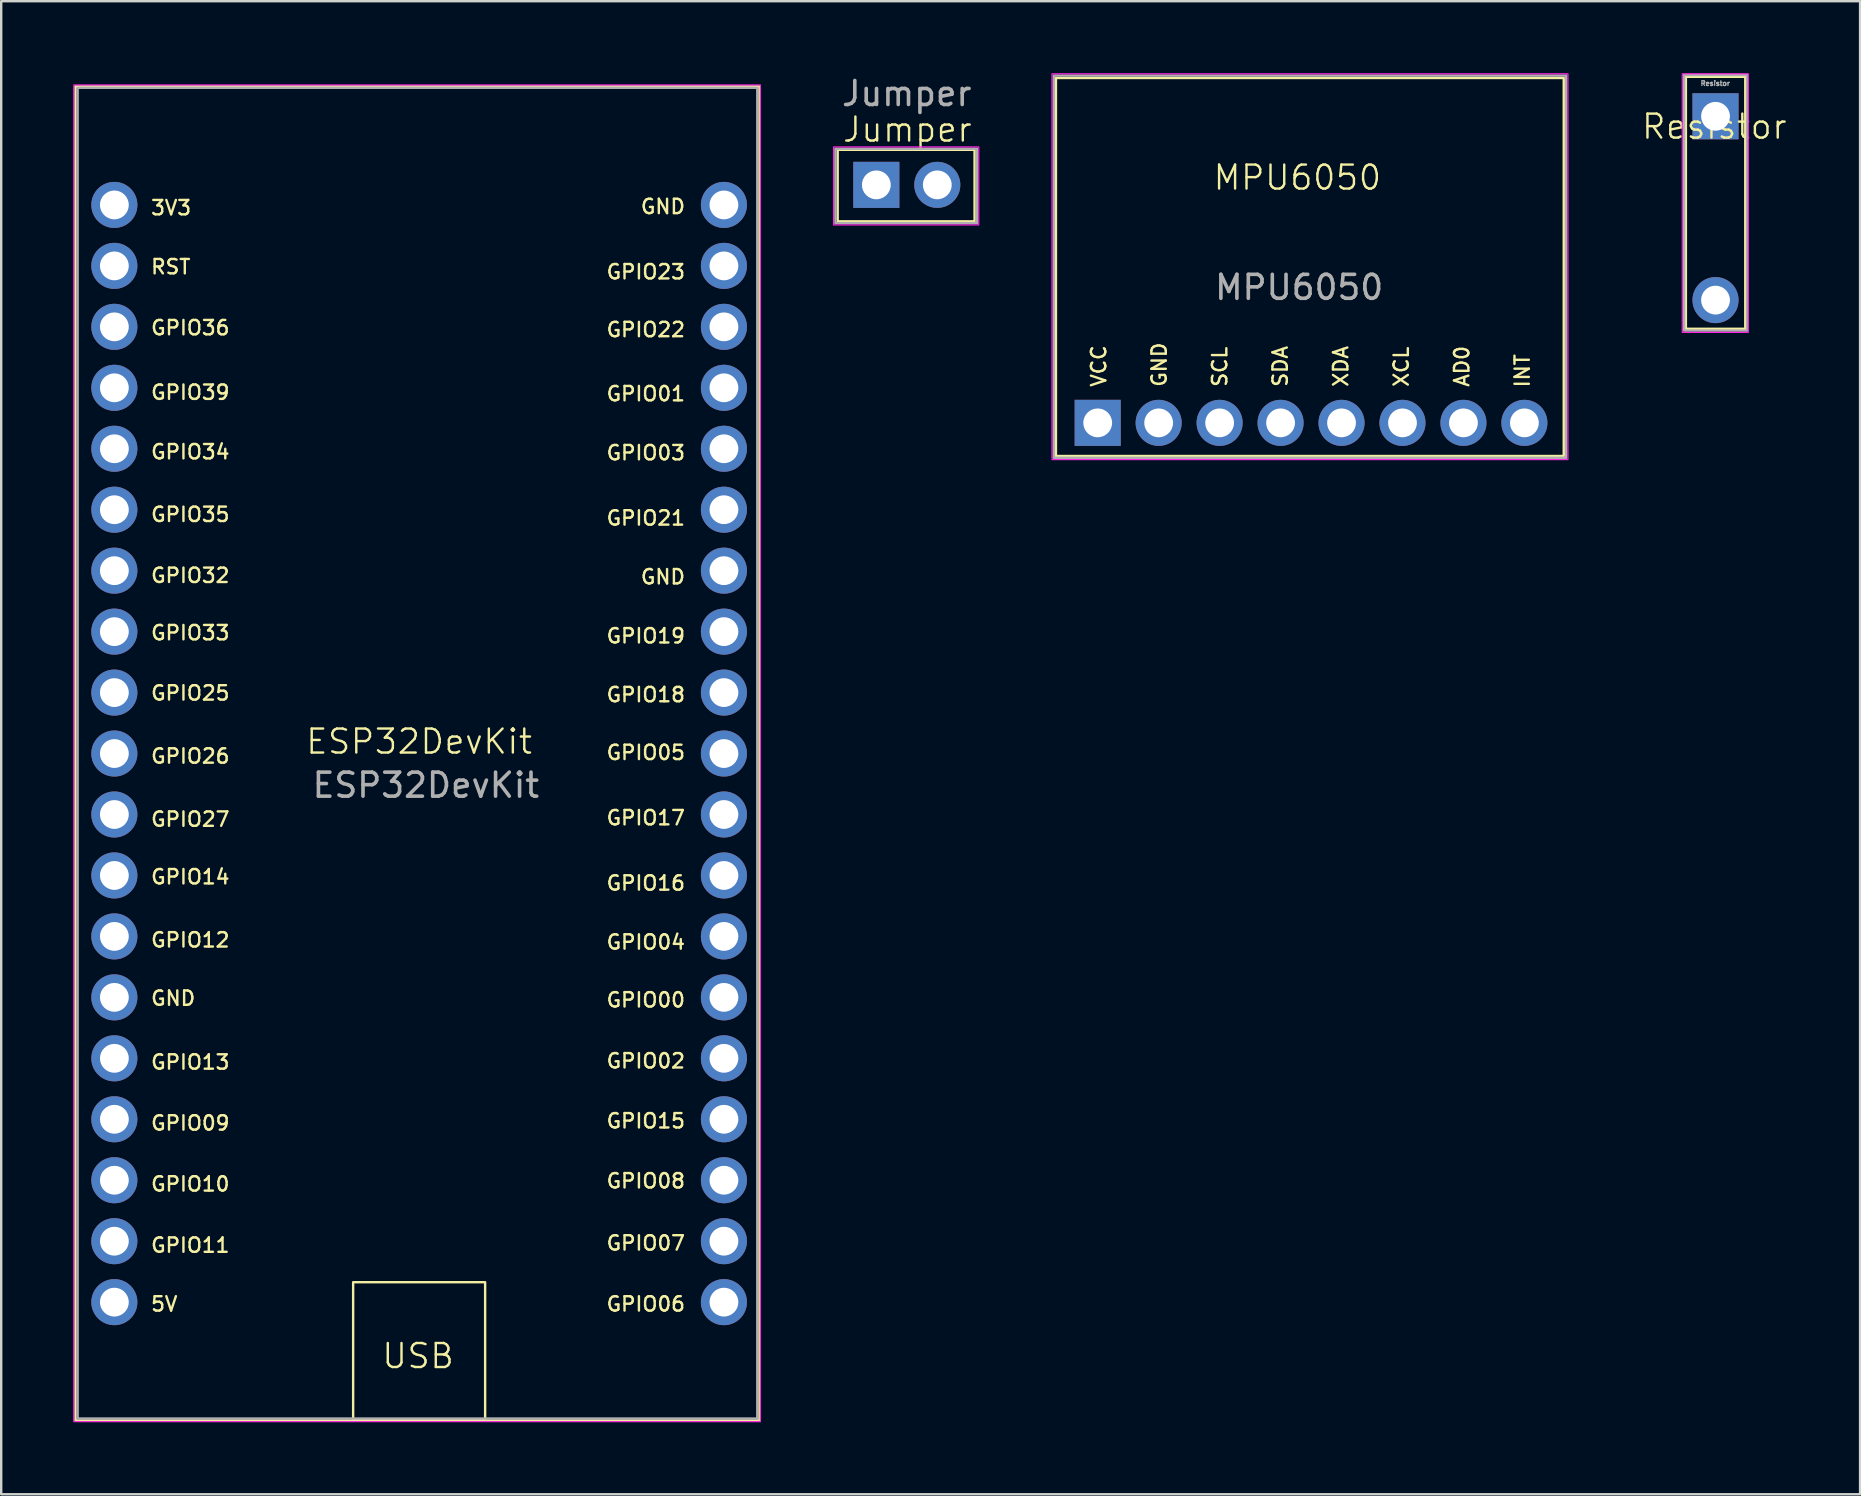
<source format=kicad_pcb>
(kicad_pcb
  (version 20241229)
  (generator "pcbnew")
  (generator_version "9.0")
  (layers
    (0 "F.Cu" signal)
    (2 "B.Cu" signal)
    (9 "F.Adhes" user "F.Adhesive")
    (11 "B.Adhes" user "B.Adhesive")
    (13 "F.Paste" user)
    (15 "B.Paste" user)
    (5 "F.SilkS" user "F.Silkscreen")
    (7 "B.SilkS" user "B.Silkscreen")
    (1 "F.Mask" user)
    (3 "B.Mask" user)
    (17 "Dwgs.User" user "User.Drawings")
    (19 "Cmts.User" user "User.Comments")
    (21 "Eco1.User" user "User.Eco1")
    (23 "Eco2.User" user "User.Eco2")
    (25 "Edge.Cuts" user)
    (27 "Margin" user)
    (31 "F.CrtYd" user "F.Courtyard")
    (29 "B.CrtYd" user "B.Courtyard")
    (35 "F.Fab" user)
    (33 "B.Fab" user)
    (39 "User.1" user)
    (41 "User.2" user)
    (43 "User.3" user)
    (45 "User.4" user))
  (footprint "ESP32DevKit"
    (layer "F.Cu")
    (at 14.415 28.349)
    (property "Reference" "ESP32DevKit" (at 0 -0.5 0) (unlocked yes) (layer "F.SilkS") (effects (font (size 1 1) (thickness 0.1))))
    (attr through_hole)
    (fp_rect (start -14.32 -27.8) (end 14.18 27.79) (stroke (width 0.1) (type default)) (fill no) (layer "F.SilkS"))
    (fp_rect (start -2.75 22.03) (end 2.75 27.77) (stroke (width 0.1) (type default)) (fill no) (layer "F.SilkS"))
    (fp_rect (start -14.39 -27.86) (end 14.22 27.84) (stroke (width 0.05) (type default)) (fill no) (layer "F.CrtYd"))
    (fp_rect (start -14.23 -27.74) (end 14.09 27.71) (stroke (width 0.1) (type solid)) (fill no) (layer "F.Fab"))
    (fp_text user "GPIO35" (at -11.23 -9.61 0) (unlocked yes) (layer "F.SilkS") (effects (font (size 0.6 0.6) (thickness 0.1)) (justify left bottom)))
    (fp_text user "GPIO02" (at 7.75 13.16 0) (unlocked yes) (layer "F.SilkS") (effects (font (size 0.6 0.6) (thickness 0.1)) (justify left bottom)))
    (fp_text user "GPIO03" (at 7.75 -12.18 0) (unlocked yes) (layer "F.SilkS") (effects (font (size 0.6 0.6) (thickness 0.1)) (justify left bottom)))
    (fp_text user "GND" (at -11.23 10.55 0) (unlocked yes) (layer "F.SilkS") (effects (font (size 0.6 0.6) (thickness 0.1)) (justify left bottom)))
    (fp_text user "GPIO08" (at 7.75 18.16 0) (unlocked yes) (layer "F.SilkS") (effects (font (size 0.6 0.6) (thickness 0.1)) (justify left bottom)))
    (fp_text user "GPIO32" (at -11.23 -7.07 0) (unlocked yes) (layer "F.SilkS") (effects (font (size 0.6 0.6) (thickness 0.1)) (justify left bottom)))
    (fp_text user "GND" (at 9.179 -7.01 0) (unlocked yes) (layer "F.SilkS") (effects (font (size 0.6 0.6) (thickness 0.1)) (justify left bottom)))
    (fp_text user "GPIO07" (at 7.75 20.75 0) (unlocked yes) (layer "F.SilkS") (effects (font (size 0.6 0.6) (thickness 0.1)) (justify left bottom)))
    (fp_text user "GPIO39" (at -11.23 -14.7 0) (unlocked yes) (layer "F.SilkS") (effects (font (size 0.6 0.6) (thickness 0.1)) (justify left bottom)))
    (fp_text user "5V" (at -11.23 23.29 0) (unlocked yes) (layer "F.SilkS") (effects (font (size 0.6 0.6) (thickness 0.1)) (justify left bottom)))
    (fp_text user "GPIO19" (at 7.75 -4.55 0) (unlocked yes) (layer "F.SilkS") (effects (font (size 0.6 0.6) (thickness 0.1)) (justify left bottom)))
    (fp_text user "RST" (at -11.23 -19.93 0) (unlocked yes) (layer "F.SilkS") (effects (font (size 0.6 0.6) (thickness 0.1)) (justify left bottom)))
    (fp_text user "GPIO21" (at 7.75 -9.46 0) (unlocked yes) (layer "F.SilkS") (effects (font (size 0.6 0.6) (thickness 0.1)) (justify left bottom)))
    (fp_text user "GPIO26" (at -11.23 0.46 0) (unlocked yes) (layer "F.SilkS") (effects (font (size 0.6 0.6) (thickness 0.1)) (justify left bottom)))
    (fp_text user "GPIO36" (at -11.23 -17.39 0) (unlocked yes) (layer "F.SilkS") (effects (font (size 0.6 0.6) (thickness 0.1)) (justify left bottom)))
    (fp_text user "GPIO23" (at 7.75 -19.72 0) (unlocked yes) (layer "F.SilkS") (effects (font (size 0.6 0.6) (thickness 0.1)) (justify left bottom)))
    (fp_text user "GPIO10" (at -11.23 18.29 0) (unlocked yes) (layer "F.SilkS") (effects (font (size 0.6 0.6) (thickness 0.1)) (justify left bottom)))
    (fp_text user "GPIO14" (at -11.23 5.49 0) (unlocked yes) (layer "F.SilkS") (effects (font (size 0.6 0.6) (thickness 0.1)) (justify left bottom)))
    (fp_text user "GPIO09" (at -11.23 15.75 0) (unlocked yes) (layer "F.SilkS") (effects (font (size 0.6 0.6) (thickness 0.1)) (justify left bottom)))
    (fp_text user "GPIO34" (at -11.23 -12.22 0) (unlocked yes) (layer "F.SilkS") (effects (font (size 0.6 0.6) (thickness 0.1)) (justify left bottom)))
    (fp_text user "GPIO22" (at 7.75 -17.31 0) (unlocked yes) (layer "F.SilkS") (effects (font (size 0.6 0.6) (thickness 0.1)) (justify left bottom)))
    (fp_text user "GPIO17" (at 7.75 3.03 0) (unlocked yes) (layer "F.SilkS") (effects (font (size 0.6 0.6) (thickness 0.1)) (justify left bottom)))
    (fp_text user "GPIO11" (at -11.23 20.84 0) (unlocked yes) (layer "F.SilkS") (effects (font (size 0.6 0.6) (thickness 0.1)) (justify left bottom)))
    (fp_text user "GPIO33" (at -11.23 -4.68 0) (unlocked yes) (layer "F.SilkS") (effects (font (size 0.6 0.6) (thickness 0.1)) (justify left bottom)))
    (fp_text user "GPIO06" (at 7.75 23.29 0) (unlocked yes) (layer "F.SilkS") (effects (font (size 0.6 0.6) (thickness 0.1)) (justify left bottom)))
    (fp_text user "GPIO01" (at 7.75 -14.64 0) (unlocked yes) (layer "F.SilkS") (effects (font (size 0.6 0.6) (thickness 0.1)) (justify left bottom)))
    (fp_text user "GPIO15" (at 7.75 15.66 0) (unlocked yes) (layer "F.SilkS") (effects (font (size 0.6 0.6) (thickness 0.1)) (justify left bottom)))
    (fp_text user "3V3" (at -11.23 -22.39 0) (unlocked yes) (layer "F.SilkS") (effects (font (size 0.6 0.6) (thickness 0.1)) (justify left bottom)))
    (fp_text user "GPIO13" (at -11.23 13.21 0) (unlocked yes) (layer "F.SilkS") (effects (font (size 0.6 0.6) (thickness 0.1)) (justify left bottom)))
    (fp_text user "USB" (at -1.61 25.69 0) (unlocked yes) (layer "F.SilkS") (effects (font (size 1 1) (thickness 0.1)) (justify left bottom)))
    (fp_text user "GPIO05" (at 7.75 0.31 0) (unlocked yes) (layer "F.SilkS") (effects (font (size 0.6 0.6) (thickness 0.1)) (justify left bottom)))
    (fp_text user "GPIO27" (at -11.23 3.09 0) (unlocked yes) (layer "F.SilkS") (effects (font (size 0.6 0.6) (thickness 0.1)) (justify left bottom)))
    (fp_text user "GPIO12" (at -11.23 8.12 0) (unlocked yes) (layer "F.SilkS") (effects (font (size 0.6 0.6) (thickness 0.1)) (justify left bottom)))
    (fp_text user "GPIO00" (at 7.75 10.62 0) (unlocked yes) (layer "F.SilkS") (effects (font (size 0.6 0.6) (thickness 0.1)) (justify left bottom)))
    (fp_text user "GPIO25" (at -11.23 -2.17 0) (unlocked yes) (layer "F.SilkS") (effects (font (size 0.6 0.6) (thickness 0.1)) (justify left bottom)))
    (fp_text user "GPIO18" (at 7.75 -2.1 0) (unlocked yes) (layer "F.SilkS") (effects (font (size 0.6 0.6) (thickness 0.1)) (justify left bottom)))
    (fp_text user "GND" (at 9.179 -22.44 0) (unlocked yes) (layer "F.SilkS") (effects (font (size 0.6 0.6) (thickness 0.1)) (justify left bottom)))
    (fp_text user "GPIO04" (at 7.75 8.21 0) (unlocked yes) (layer "F.SilkS") (effects (font (size 0.6 0.6) (thickness 0.1)) (justify left bottom)))
    (fp_text user "GPIO16" (at 7.75 5.75 0) (unlocked yes) (layer "F.SilkS") (effects (font (size 0.6 0.6) (thickness 0.1)) (justify left bottom)))
    (fp_text user "${REFERENCE}" (at 0.28 1.32 0) (unlocked yes) (layer "F.Fab") (effects (font (size 1 1) (thickness 0.15))))
    (pad "1" thru_hole circle (at -12.7 -22.86) (size 1.92 1.92) (drill 1.2) (layers "*.Cu" "*.Mask"))
    (pad "2" thru_hole circle (at -12.7 -20.32) (size 1.92 1.92) (drill 1.2) (layers "*.Cu" "*.Mask"))
    (pad "3" thru_hole circle (at -12.7 -17.78) (size 1.92 1.92) (drill 1.2) (layers "*.Cu" "*.Mask"))
    (pad "4" thru_hole circle (at -12.7 -15.24) (size 1.92 1.92) (drill 1.2) (layers "*.Cu" "*.Mask"))
    (pad "5" thru_hole circle (at -12.7 -12.7) (size 1.92 1.92) (drill 1.2) (layers "*.Cu" "*.Mask"))
    (pad "6" thru_hole circle (at -12.7 -10.16) (size 1.92 1.92) (drill 1.2) (layers "*.Cu" "*.Mask"))
    (pad "7" thru_hole circle (at -12.7 -7.62) (size 1.92 1.92) (drill 1.2) (layers "*.Cu" "*.Mask"))
    (pad "8" thru_hole circle (at -12.7 -5.08) (size 1.92 1.92) (drill 1.2) (layers "*.Cu" "*.Mask"))
    (pad "9" thru_hole circle (at -12.7 -2.54) (size 1.92 1.92) (drill 1.2) (layers "*.Cu" "*.Mask"))
    (pad "10" thru_hole circle (at -12.7 0) (size 1.92 1.92) (drill 1.2) (layers "*.Cu" "*.Mask"))
    (pad "11" thru_hole circle (at -12.7 2.54) (size 1.92 1.92) (drill 1.2) (layers "*.Cu" "*.Mask"))
    (pad "12" thru_hole circle (at -12.7 5.08) (size 1.92 1.92) (drill 1.2) (layers "*.Cu" "*.Mask"))
    (pad "13" thru_hole circle (at -12.7 7.62) (size 1.92 1.92) (drill 1.2) (layers "*.Cu" "*.Mask"))
    (pad "14" thru_hole circle (at -12.7 10.16) (size 1.92 1.92) (drill 1.2) (layers "*.Cu" "*.Mask"))
    (pad "15" thru_hole circle (at -12.7 12.7) (size 1.92 1.92) (drill 1.2) (layers "*.Cu" "*.Mask"))
    (pad "16" thru_hole circle (at -12.7 15.24) (size 1.92 1.92) (drill 1.2) (layers "*.Cu" "*.Mask"))
    (pad "17" thru_hole circle (at -12.7 17.78) (size 1.92 1.92) (drill 1.2) (layers "*.Cu" "*.Mask"))
    (pad "18" thru_hole circle (at -12.7 20.32) (size 1.92 1.92) (drill 1.2) (layers "*.Cu" "*.Mask"))
    (pad "19" thru_hole circle (at -12.7 22.86) (size 1.92 1.92) (drill 1.2) (layers "*.Cu" "*.Mask"))
    (pad "20" thru_hole circle (at 12.7 -22.86) (size 1.92 1.92) (drill 1.2) (layers "*.Cu" "*.Mask"))
    (pad "21" thru_hole circle (at 12.7 -20.32) (size 1.92 1.92) (drill 1.2) (layers "*.Cu" "*.Mask"))
    (pad "22" thru_hole circle (at 12.7 -17.78) (size 1.92 1.92) (drill 1.2) (layers "*.Cu" "*.Mask"))
    (pad "23" thru_hole circle (at 12.7 -15.24) (size 1.92 1.92) (drill 1.2) (layers "*.Cu" "*.Mask"))
    (pad "24" thru_hole circle (at 12.7 -12.7) (size 1.92 1.92) (drill 1.2) (layers "*.Cu" "*.Mask"))
    (pad "25" thru_hole circle (at 12.7 -10.16) (size 1.92 1.92) (drill 1.2) (layers "*.Cu" "*.Mask"))
    (pad "26" thru_hole circle (at 12.7 -7.62) (size 1.92 1.92) (drill 1.2) (layers "*.Cu" "*.Mask"))
    (pad "27" thru_hole circle (at 12.7 -5.08) (size 1.92 1.92) (drill 1.2) (layers "*.Cu" "*.Mask"))
    (pad "28" thru_hole circle (at 12.7 -2.54) (size 1.92 1.92) (drill 1.2) (layers "*.Cu" "*.Mask"))
    (pad "29" thru_hole circle (at 12.7 0) (size 1.92 1.92) (drill 1.2) (layers "*.Cu" "*.Mask"))
    (pad "30" thru_hole circle (at 12.7 2.54) (size 1.92 1.92) (drill 1.2) (layers "*.Cu" "*.Mask"))
    (pad "31" thru_hole circle (at 12.7 5.08) (size 1.92 1.92) (drill 1.2) (layers "*.Cu" "*.Mask"))
    (pad "32" thru_hole circle (at 12.7 7.62) (size 1.92 1.92) (drill 1.2) (layers "*.Cu" "*.Mask"))
    (pad "33" thru_hole circle (at 12.7 10.16) (size 1.92 1.92) (drill 1.2) (layers "*.Cu" "*.Mask"))
    (pad "34" thru_hole circle (at 12.7 12.7) (size 1.92 1.92) (drill 1.2) (layers "*.Cu" "*.Mask"))
    (pad "35" thru_hole circle (at 12.7 15.24) (size 1.92 1.92) (drill 1.2) (layers "*.Cu" "*.Mask"))
    (pad "36" thru_hole circle (at 12.7 17.78) (size 1.92 1.92) (drill 1.2) (layers "*.Cu" "*.Mask"))
    (pad "37" thru_hole circle (at 12.7 20.32) (size 1.92 1.92) (drill 1.2) (layers "*.Cu" "*.Mask"))
    (pad "38" thru_hole circle (at 12.7 22.86) (size 1.92 1.92) (drill 1.2) (layers "*.Cu" "*.Mask"))
    (zone (net_name "") (layer "F.SilkS") (hatch full 0.5) (connect_pads) (min_thickness 0.25) (filled_areas_thickness no) (keepout (tracks not_allowed) (vias not_allowed) (pads not_allowed) (copperpour allowed) (footprints allowed)) (placement (enabled no)) (fill) (polygon (pts (xy 3.405 0) (xy 25.425 0.079) (xy 25.425 7.179) (xy 3.405 7.14)))))
  (footprint "Jumper"
    (layer "F.Cu")
    (at 34.71 4.723)
    (property "Reference" "Jumper" (at 0.05 -2.375 0) (unlocked yes) (layer "F.SilkS") (effects (font (size 1 1) (thickness 0.1))))
    (attr through_hole)
    (fp_rect (start -2.855 -1.53) (end 2.85 1.45) (stroke (width 0.1) (type default)) (fill no) (layer "F.SilkS"))
    (fp_rect (start -3.025 -1.65) (end 3.025 1.6) (stroke (width 0.05) (type default)) (fill no) (layer "F.CrtYd"))
    (fp_rect (start -2.95 -1.575) (end 2.95 1.525) (stroke (width 0.1) (type default)) (fill no) (layer "F.Fab"))
    (fp_text user "${REFERENCE}" (at 0.025 -3.875 0) (unlocked yes) (layer "F.Fab") (effects (font (size 1 1) (thickness 0.15))))
    (pad "1" thru_hole rect (at -1.244 -0.07 90) (size 1.92 1.92) (drill 1.2) (layers "*.Cu" "*.Mask"))
    (pad "2" thru_hole circle (at 1.296 -0.07 90) (size 1.92 1.92) (drill 1.2) (layers "*.Cu" "*.Mask")))
  (footprint "Resistor"
    (layer "F.Cu")
    (at 68.459 5.625)
    (property "Reference" "Resistor" (at -0.075 -3.4 0) (unlocked yes) (layer "F.SilkS") (effects (font (size 1 1) (thickness 0.1))))
    (attr through_hole)
    (fp_rect (start -1.26 -5.475) (end 1.215 5.025) (stroke (width 0.1) (type solid)) (fill no) (layer "F.SilkS"))
    (fp_rect (start -1.41 -5.6) (end 1.34 5.175) (stroke (width 0.05) (type default)) (fill no) (layer "F.CrtYd"))
    (fp_rect (start -1.335 -5.55) (end 1.29 5.1) (stroke (width 0.1) (type solid)) (fill no) (layer "F.Fab"))
    (fp_text user "${REFERENCE}" (at -0.035 -5.2 0) (unlocked yes) (layer "F.Fab") (effects (font (size 0.2 0.2) (thickness 0.05))))
    (pad "1" thru_hole rect (at -0.025 -3.83) (size 1.92 1.92) (drill 1.2) (layers "*.Cu" "*.Mask"))
    (pad "2" thru_hole circle (at -0.025 3.83) (size 1.92 1.92) (drill 1.2) (layers "*.Cu" "*.Mask")))
  (footprint "MPU6050"
    (layer "F.Cu")
    (at 51.085 7.75)
    (property "Reference" "MPU6050" (at -0.075 -3.4 0) (unlocked yes) (layer "F.SilkS") (effects (font (size 1 1) (thickness 0.1))))
    (attr through_hole)
    (fp_rect (start -10.135 -7.55) (end 11.025 8.2) (stroke (width 0.1) (type solid)) (fill no) (layer "F.SilkS"))
    (fp_rect (start -10.3 -7.725) (end 11.2 8.35) (stroke (width 0.05) (type default)) (fill no) (layer "F.CrtYd"))
    (fp_rect (start -10.225 -7.65) (end 11.125 8.275) (stroke (width 0.1) (type solid)) (fill no) (layer "F.Fab"))
    (fp_text user "GND" (at -5.479 5.375 90) (unlocked yes) (layer "F.SilkS") (effects (font (size 0.6 0.6) (thickness 0.1)) (justify left bottom)))
    (fp_text user "XDA" (at 2.086 5.375 90) (unlocked yes) (layer "F.SilkS") (effects (font (size 0.6 0.6) (thickness 0.1)) (justify left bottom)))
    (fp_text user "SCL" (at -2.957 5.375 90) (unlocked yes) (layer "F.SilkS") (effects (font (size 0.6 0.6) (thickness 0.1)) (justify left bottom)))
    (fp_text user "SDA" (at -0.436 5.375 90) (unlocked yes) (layer "F.SilkS") (effects (font (size 0.6 0.6) (thickness 0.1)) (justify left bottom)))
    (fp_text user "VCC" (at -8 5.375 90) (unlocked yes) (layer "F.SilkS") (effects (font (size 0.6 0.6) (thickness 0.1)) (justify left bottom)))
    (fp_text user "XCL" (at 4.607 5.375 90) (unlocked yes) (layer "F.SilkS") (effects (font (size 0.6 0.6) (thickness 0.1)) (justify left bottom)))
    (fp_text user "INT" (at 9.65 5.4 90) (unlocked yes) (layer "F.SilkS") (effects (font (size 0.6 0.6) (thickness 0.1)) (justify left bottom)))
    (fp_text user "AD0" (at 7.129 5.375 90) (unlocked yes) (layer "F.SilkS") (effects (font (size 0.6 0.6) (thickness 0.1)) (justify left bottom)))
    (fp_text user "${REFERENCE}" (at 0 1.175 0) (unlocked yes) (layer "F.Fab") (effects (font (size 1 1) (thickness 0.15))))
    (pad "1" thru_hole rect (at -8.395 6.82) (size 1.92 1.92) (drill 1.2) (layers "*.Cu" "*.Mask"))
    (pad "2" thru_hole circle (at -5.855 6.82) (size 1.92 1.92) (drill 1.2) (layers "*.Cu" "*.Mask"))
    (pad "3" thru_hole circle (at -3.315 6.82) (size 1.92 1.92) (drill 1.2) (layers "*.Cu" "*.Mask"))
    (pad "4" thru_hole circle (at -0.775 6.82) (size 1.92 1.92) (drill 1.2) (layers "*.Cu" "*.Mask"))
    (pad "5" thru_hole circle (at 1.765 6.82) (size 1.92 1.92) (drill 1.2) (layers "*.Cu" "*.Mask"))
    (pad "6" thru_hole circle (at 4.305 6.82) (size 1.92 1.92) (drill 1.2) (layers "*.Cu" "*.Mask"))
    (pad "7" thru_hole circle (at 6.845 6.82) (size 1.92 1.92) (drill 1.2) (layers "*.Cu" "*.Mask"))
    (pad "8" thru_hole circle (at 9.385 6.82) (size 1.92 1.92) (drill 1.2) (layers "*.Cu" "*.Mask")))
  (gr_rect
    (start -3 -3)
    (end 74.458 59.214)
    (stroke (width 0.1) (type default))
    (fill no)
    (layer "Edge.Cuts")))
</source>
